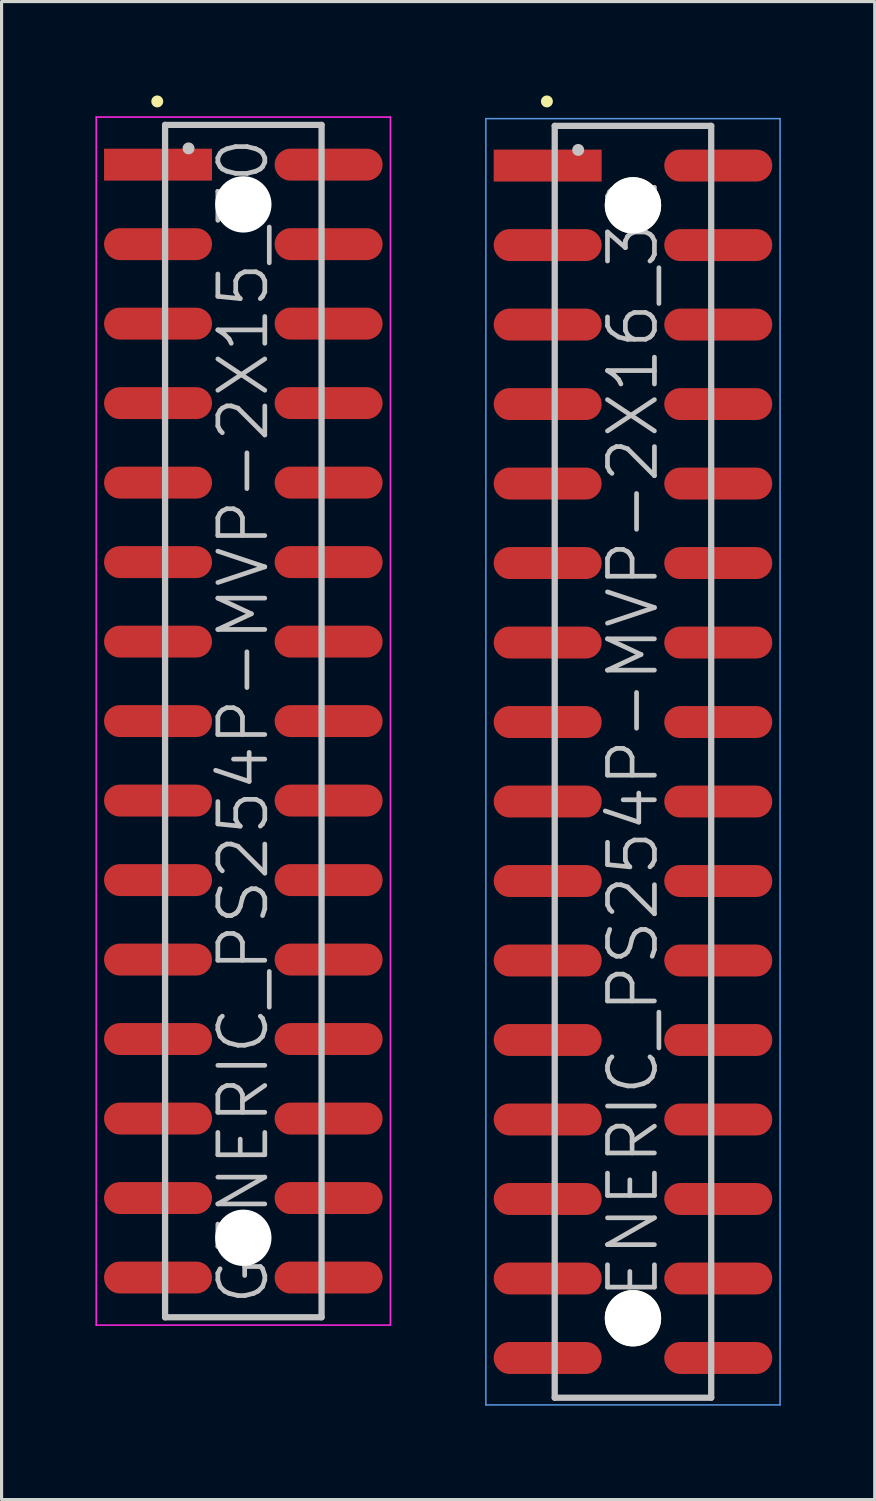
<source format=kicad_pcb>
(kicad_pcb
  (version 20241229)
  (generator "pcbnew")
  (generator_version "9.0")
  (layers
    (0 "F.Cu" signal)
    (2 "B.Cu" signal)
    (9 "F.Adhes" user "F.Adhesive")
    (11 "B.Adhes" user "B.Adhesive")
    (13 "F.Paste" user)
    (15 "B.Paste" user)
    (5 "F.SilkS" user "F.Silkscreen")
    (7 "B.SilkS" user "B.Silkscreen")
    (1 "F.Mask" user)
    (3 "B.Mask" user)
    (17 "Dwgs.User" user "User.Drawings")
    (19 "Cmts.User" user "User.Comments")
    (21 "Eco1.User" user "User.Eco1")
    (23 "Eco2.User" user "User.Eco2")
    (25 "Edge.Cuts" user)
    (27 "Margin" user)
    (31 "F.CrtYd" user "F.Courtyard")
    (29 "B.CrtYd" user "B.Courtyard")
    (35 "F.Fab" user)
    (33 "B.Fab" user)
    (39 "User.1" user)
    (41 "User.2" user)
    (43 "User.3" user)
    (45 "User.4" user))
  (footprint "GENERIC_PS254P-MVP-2X15_30"
    (layer "F.Cu")
    (at 4.725 19.991)
    (property "Reference" "GENERIC_PS254P-MVP-2X15_30" (at 0 0 90) (layer "Dwgs.User") (effects (font (size 1.5 1.5) (thickness 0.15))))
    (attr smd)
    (fp_line (start -2.75 -19.8) (end -2.75 -19.8) (stroke (width 0.381) (type solid)) (layer "F.SilkS"))
    (fp_line (start -2.5 -19.05) (end -2.5 19.05) (stroke (width 0.2) (type solid)) (layer "Dwgs.User"))
    (fp_line (start -2.5 -19.05) (end 2.5 -19.05) (stroke (width 0.2) (type solid)) (layer "Dwgs.User"))
    (fp_line (start -2.5 19.05) (end 2.5 19.05) (stroke (width 0.2) (type solid)) (layer "Dwgs.User"))
    (fp_line (start -1.75 -18.3) (end -1.75 -18.3) (stroke (width 0.381) (type solid)) (layer "Dwgs.User"))
    (fp_line (start 2.5 -19.05) (end 2.5 19.05) (stroke (width 0.2) (type solid)) (layer "Dwgs.User"))
    (fp_line (start -4.7 -19.3) (end -4.7 19.3) (stroke (width 0.05) (type solid)) (layer "F.CrtYd"))
    (fp_line (start -4.7 -19.3) (end 4.7 -19.3) (stroke (width 0.05) (type solid)) (layer "F.CrtYd"))
    (fp_line (start -4.7 19.3) (end 4.7 19.3) (stroke (width 0.05) (type solid)) (layer "F.CrtYd"))
    (fp_line (start 4.7 -19.3) (end 4.7 19.3) (stroke (width 0.05) (type solid)) (layer "F.CrtYd"))
    (pad "" np_thru_hole circle (at 0 -16.51 270) (size 1.8 1.8) (drill 1.8) (layers "*.Cu" "*.Mask"))
    (pad "" np_thru_hole circle (at 0 16.51 270) (size 1.8 1.8) (drill 1.8) (layers "*.Cu" "*.Mask"))
    (pad "1" smd rect (at -2.725 -17.78 270) (size 1.02 3.45) (layers "F.Cu" "F.Mask" "F.Paste"))
    (pad "2" smd oval (at 2.725 -17.78 270) (size 1.02 3.45) (layers "F.Cu" "F.Mask" "F.Paste"))
    (pad "3" smd oval (at -2.725 -15.24 270) (size 1.02 3.45) (layers "F.Cu" "F.Mask" "F.Paste"))
    (pad "4" smd oval (at 2.725 -15.24 270) (size 1.02 3.45) (layers "F.Cu" "F.Mask" "F.Paste"))
    (pad "5" smd oval (at -2.725 -12.7 270) (size 1.02 3.45) (layers "F.Cu" "F.Mask" "F.Paste"))
    (pad "6" smd oval (at 2.725 -12.7 270) (size 1.02 3.45) (layers "F.Cu" "F.Mask" "F.Paste"))
    (pad "7" smd oval (at -2.725 -10.16 270) (size 1.02 3.45) (layers "F.Cu" "F.Mask" "F.Paste"))
    (pad "8" smd oval (at 2.725 -10.16 270) (size 1.02 3.45) (layers "F.Cu" "F.Mask" "F.Paste"))
    (pad "9" smd oval (at -2.725 -7.62 270) (size 1.02 3.45) (layers "F.Cu" "F.Mask" "F.Paste"))
    (pad "10" smd oval (at 2.725 -7.62 270) (size 1.02 3.45) (layers "F.Cu" "F.Mask" "F.Paste"))
    (pad "11" smd oval (at -2.725 -5.08 270) (size 1.02 3.45) (layers "F.Cu" "F.Mask" "F.Paste"))
    (pad "12" smd oval (at 2.725 -5.08 270) (size 1.02 3.45) (layers "F.Cu" "F.Mask" "F.Paste"))
    (pad "13" smd oval (at -2.725 -2.54 270) (size 1.02 3.45) (layers "F.Cu" "F.Mask" "F.Paste"))
    (pad "14" smd oval (at 2.725 -2.54 270) (size 1.02 3.45) (layers "F.Cu" "F.Mask" "F.Paste"))
    (pad "15" smd oval (at -2.725 0 270) (size 1.02 3.45) (layers "F.Cu" "F.Mask" "F.Paste"))
    (pad "16" smd oval (at 2.725 0 270) (size 1.02 3.45) (layers "F.Cu" "F.Mask" "F.Paste"))
    (pad "17" smd oval (at -2.725 2.54 270) (size 1.02 3.45) (layers "F.Cu" "F.Mask" "F.Paste"))
    (pad "18" smd oval (at 2.725 2.54 270) (size 1.02 3.45) (layers "F.Cu" "F.Mask" "F.Paste"))
    (pad "19" smd oval (at -2.725 5.08 270) (size 1.02 3.45) (layers "F.Cu" "F.Mask" "F.Paste"))
    (pad "20" smd oval (at 2.725 5.08 270) (size 1.02 3.45) (layers "F.Cu" "F.Mask" "F.Paste"))
    (pad "21" smd oval (at -2.725 7.62 270) (size 1.02 3.45) (layers "F.Cu" "F.Mask" "F.Paste"))
    (pad "22" smd oval (at 2.725 7.62 270) (size 1.02 3.45) (layers "F.Cu" "F.Mask" "F.Paste"))
    (pad "23" smd oval (at -2.725 10.16 270) (size 1.02 3.45) (layers "F.Cu" "F.Mask" "F.Paste"))
    (pad "24" smd oval (at 2.725 10.16 270) (size 1.02 3.45) (layers "F.Cu" "F.Mask" "F.Paste"))
    (pad "25" smd oval (at -2.725 12.7 270) (size 1.02 3.45) (layers "F.Cu" "F.Mask" "F.Paste"))
    (pad "26" smd oval (at 2.725 12.7 270) (size 1.02 3.45) (layers "F.Cu" "F.Mask" "F.Paste"))
    (pad "27" smd oval (at -2.725 15.24 270) (size 1.02 3.45) (layers "F.Cu" "F.Mask" "F.Paste"))
    (pad "28" smd oval (at 2.725 15.24 270) (size 1.02 3.45) (layers "F.Cu" "F.Mask" "F.Paste"))
    (pad "29" smd oval (at -2.725 17.78 270) (size 1.02 3.45) (layers "F.Cu" "F.Mask" "F.Paste"))
    (pad "30" smd oval (at 2.725 17.78 270) (size 1.02 3.45) (layers "F.Cu" "F.Mask" "F.Paste")))
  (footprint "GENERIC_PS254P-MVP-2X16_32"
    (layer "F.Cu")
    (at 17.175 21.291)
    (property "Reference" "GENERIC_PS254P-MVP-2X16_32" (at 0 0 90) (layer "Dwgs.User") (effects (font (size 1.5 1.5) (thickness 0.15))))
    (attr smd)
    (fp_line (start -2.75 -21.1) (end -2.75 -21.1) (stroke (width 0.381) (type solid)) (layer "F.SilkS"))
    (fp_line (start -2.5 -20.32) (end -2.5 20.32) (stroke (width 0.2) (type solid)) (layer "Dwgs.User"))
    (fp_line (start -2.5 -20.32) (end 2.5 -20.32) (stroke (width 0.2) (type solid)) (layer "Dwgs.User"))
    (fp_line (start -2.5 20.32) (end 2.5 20.32) (stroke (width 0.2) (type solid)) (layer "Dwgs.User"))
    (fp_line (start -1.75 -19.55) (end -1.75 -19.55) (stroke (width 0.381) (type solid)) (layer "Dwgs.User"))
    (fp_line (start 2.5 -20.32) (end 2.5 20.32) (stroke (width 0.2) (type solid)) (layer "Dwgs.User"))
    (fp_line (start -4.7 -20.55) (end -4.7 20.55) (stroke (width 0.05) (type solid)) (layer "Cmts.User"))
    (fp_line (start -4.7 -20.55) (end 4.7 -20.55) (stroke (width 0.05) (type solid)) (layer "Cmts.User"))
    (fp_line (start -4.7 20.55) (end 4.7 20.55) (stroke (width 0.05) (type solid)) (layer "Cmts.User"))
    (fp_line (start 4.7 -20.55) (end 4.7 20.55) (stroke (width 0.05) (type solid)) (layer "Cmts.User"))
    (pad "" np_thru_hole circle (at 0 -17.78 270) (size 1.8 1.8) (drill 1.8) (layers "*.Cu" "*.Mask" "F.SilkS"))
    (pad "" np_thru_hole circle (at 0 17.78 270) (size 1.8 1.8) (drill 1.8) (layers "*.Cu" "*.Mask" "F.SilkS"))
    (pad "1" smd rect (at -2.725 -19.05 270) (size 1.02 3.45) (layers "F.Cu" "F.Mask" "F.Paste"))
    (pad "2" smd oval (at 2.725 -19.05 270) (size 1.02 3.45) (layers "F.Cu" "F.Mask" "F.Paste"))
    (pad "3" smd oval (at -2.725 -16.51 270) (size 1.02 3.45) (layers "F.Cu" "F.Mask" "F.Paste"))
    (pad "4" smd oval (at 2.725 -16.51 270) (size 1.02 3.45) (layers "F.Cu" "F.Mask" "F.Paste"))
    (pad "5" smd oval (at -2.725 -13.97 270) (size 1.02 3.45) (layers "F.Cu" "F.Mask" "F.Paste"))
    (pad "6" smd oval (at 2.725 -13.97 270) (size 1.02 3.45) (layers "F.Cu" "F.Mask" "F.Paste"))
    (pad "7" smd oval (at -2.725 -11.43 270) (size 1.02 3.45) (layers "F.Cu" "F.Mask" "F.Paste"))
    (pad "8" smd oval (at 2.725 -11.43 270) (size 1.02 3.45) (layers "F.Cu" "F.Mask" "F.Paste"))
    (pad "9" smd oval (at -2.725 -8.89 270) (size 1.02 3.45) (layers "F.Cu" "F.Mask" "F.Paste"))
    (pad "10" smd oval (at 2.725 -8.89 270) (size 1.02 3.45) (layers "F.Cu" "F.Mask" "F.Paste"))
    (pad "11" smd oval (at -2.725 -6.35 270) (size 1.02 3.45) (layers "F.Cu" "F.Mask" "F.Paste"))
    (pad "12" smd oval (at 2.725 -6.35 270) (size 1.02 3.45) (layers "F.Cu" "F.Mask" "F.Paste"))
    (pad "13" smd oval (at -2.725 -3.81 270) (size 1.02 3.45) (layers "F.Cu" "F.Mask" "F.Paste"))
    (pad "14" smd oval (at 2.725 -3.81 270) (size 1.02 3.45) (layers "F.Cu" "F.Mask" "F.Paste"))
    (pad "15" smd oval (at -2.725 -1.27 270) (size 1.02 3.45) (layers "F.Cu" "F.Mask" "F.Paste"))
    (pad "16" smd oval (at 2.725 -1.27 270) (size 1.02 3.45) (layers "F.Cu" "F.Mask" "F.Paste"))
    (pad "17" smd oval (at -2.725 1.27 270) (size 1.02 3.45) (layers "F.Cu" "F.Mask" "F.Paste"))
    (pad "18" smd oval (at 2.725 1.27 270) (size 1.02 3.45) (layers "F.Cu" "F.Mask" "F.Paste"))
    (pad "19" smd oval (at -2.725 3.81 270) (size 1.02 3.45) (layers "F.Cu" "F.Mask" "F.Paste"))
    (pad "20" smd oval (at 2.725 3.81 270) (size 1.02 3.45) (layers "F.Cu" "F.Mask" "F.Paste"))
    (pad "21" smd oval (at -2.725 6.35 270) (size 1.02 3.45) (layers "F.Cu" "F.Mask" "F.Paste"))
    (pad "22" smd oval (at 2.725 6.35 270) (size 1.02 3.45) (layers "F.Cu" "F.Mask" "F.Paste"))
    (pad "23" smd oval (at -2.725 8.89 270) (size 1.02 3.45) (layers "F.Cu" "F.Mask" "F.Paste"))
    (pad "24" smd oval (at 2.725 8.89 270) (size 1.02 3.45) (layers "F.Cu" "F.Mask" "F.Paste"))
    (pad "25" smd oval (at -2.725 11.43 270) (size 1.02 3.45) (layers "F.Cu" "F.Mask" "F.Paste"))
    (pad "26" smd oval (at 2.725 11.43 270) (size 1.02 3.45) (layers "F.Cu" "F.Mask" "F.Paste"))
    (pad "27" smd oval (at -2.725 13.97 270) (size 1.02 3.45) (layers "F.Cu" "F.Mask" "F.Paste"))
    (pad "28" smd oval (at 2.725 13.97 270) (size 1.02 3.45) (layers "F.Cu" "F.Mask" "F.Paste"))
    (pad "29" smd oval (at -2.725 16.51 270) (size 1.02 3.45) (layers "F.Cu" "F.Mask" "F.Paste"))
    (pad "30" smd oval (at 2.725 16.51 270) (size 1.02 3.45) (layers "F.Cu" "F.Mask" "F.Paste"))
    (pad "31" smd oval (at -2.725 19.05 270) (size 1.02 3.45) (layers "F.Cu" "F.Mask" "F.Paste"))
    (pad "32" smd oval (at 2.725 19.05 270) (size 1.02 3.45) (layers "F.Cu" "F.Mask" "F.Paste")))
  (gr_rect
    (start -3 -3)
    (end 24.9 44.865)
    (stroke (width 0.1) (type default))
    (fill no)
    (layer "Edge.Cuts")))
</source>
